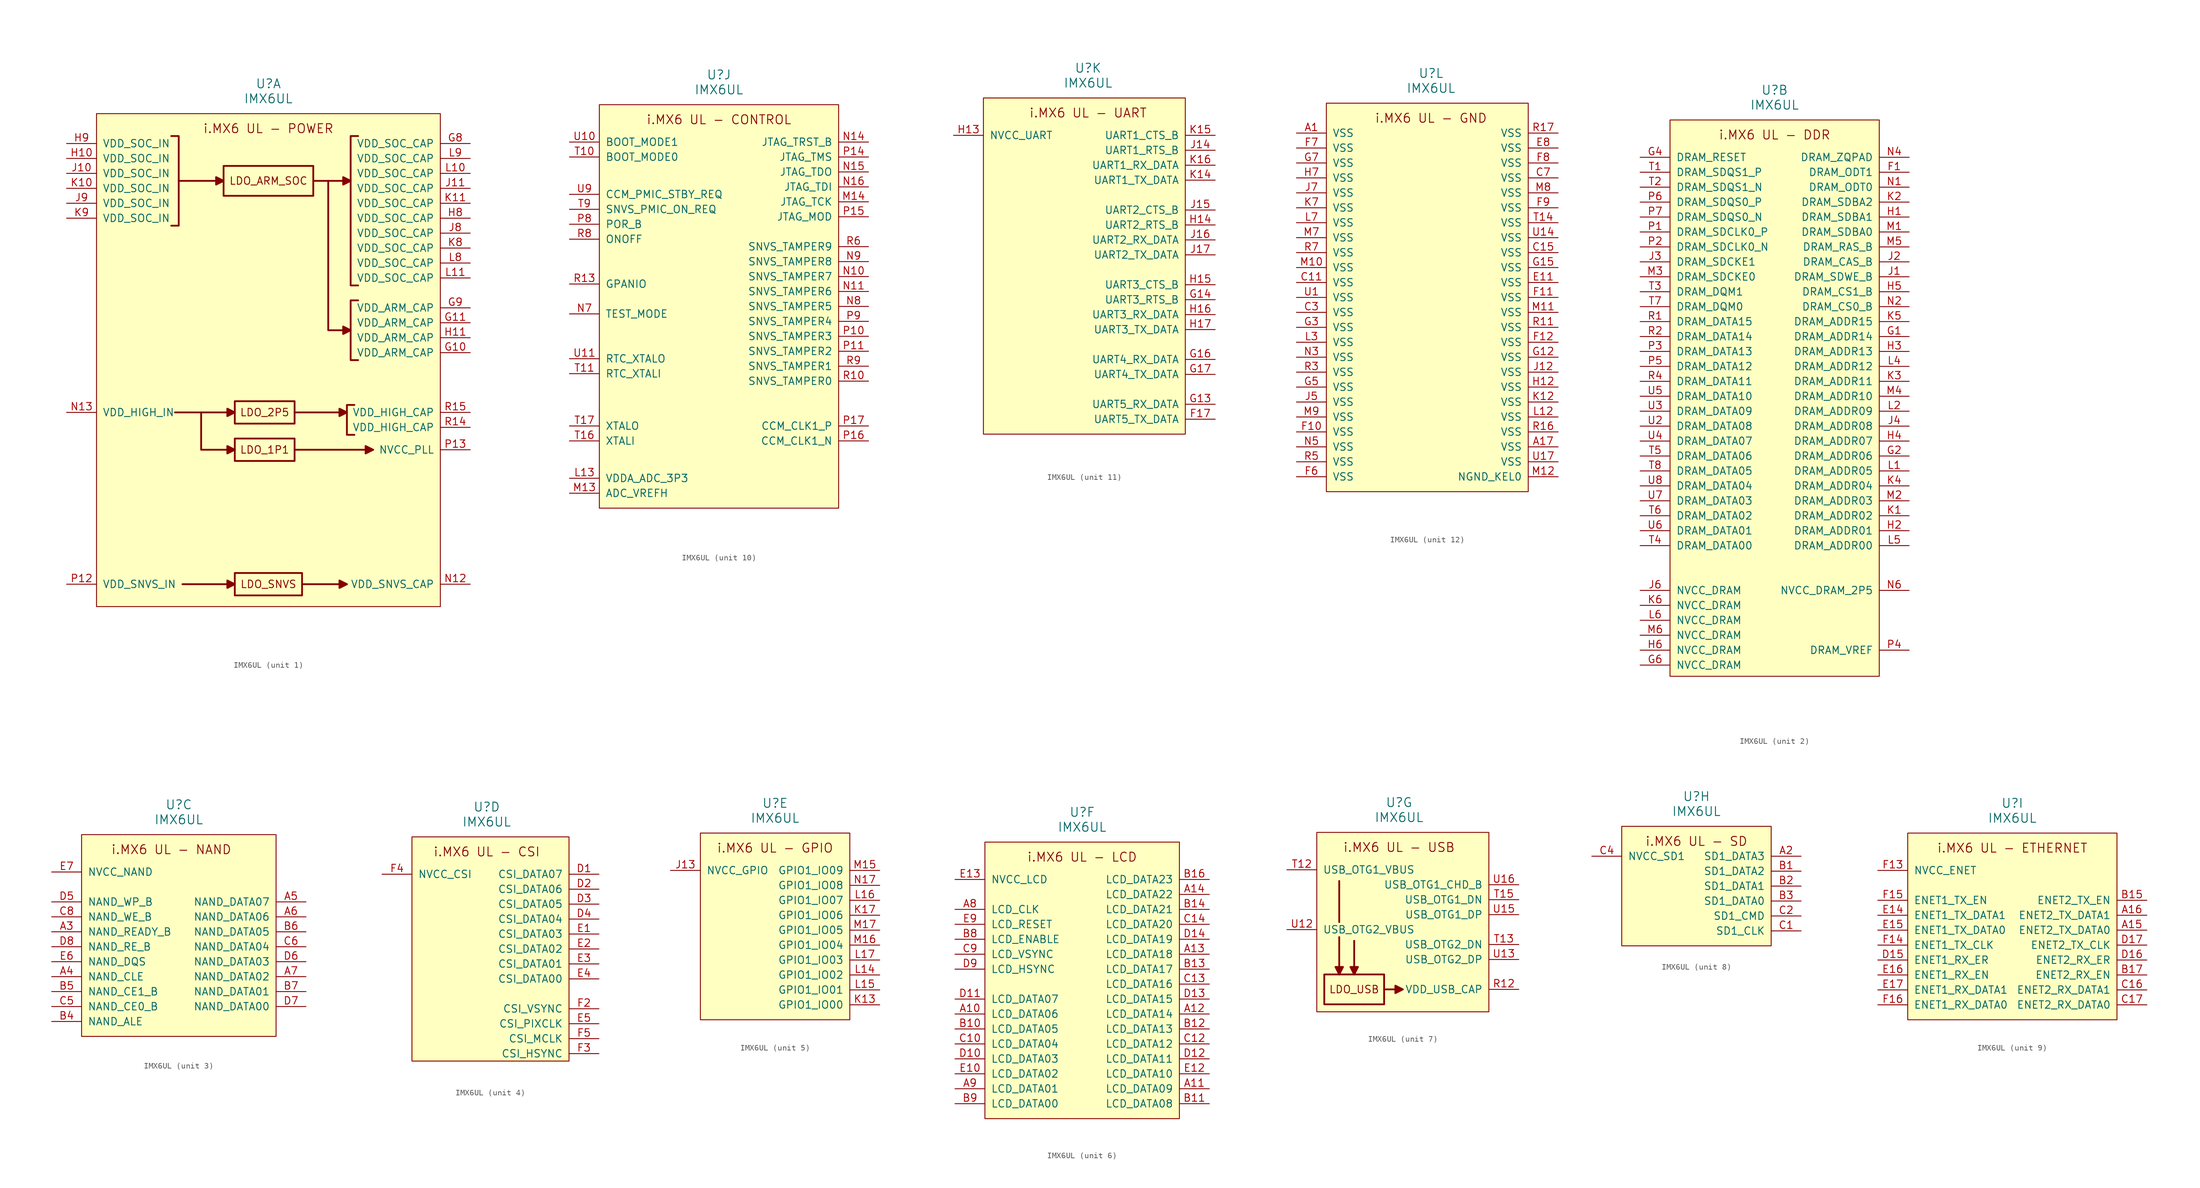
<source format=kicad_sym>
(kicad_symbol_lib
  (version 20231120)
  (generator "kicad_symbol_editor")
  (generator_version "8.0")
  (symbol "IMX6UL"
    (pin_names
      (offset 1.016))
    (property "Reference" "U"
      (at 0 5.08 0)
      (effects (font (size 1.524 1.524))))
    (property "Value" "IMX6UL"
      (at 0 2.54 0)
      (effects (font (size 1.524 1.524))))
    (property "ki_locked" ""
      (at 0 0 0)
      (effects (font (size 1.27 1.27))))
    (symbol "IMX6UL_1_0"
      (rectangle (start -29.21 0) (end 29.21 -83.82) (stroke (width 0) (type solid)) (fill (type background)))
      (rectangle (start -7.62 -8.89) (end 7.62 -13.97) (stroke (width 0.305) (type solid)) (fill (type none)))
      (rectangle (start -5.715 -78.105) (end 5.715 -81.915) (stroke (width 0.305) (type solid)) (fill (type none)))
      (rectangle (start -5.715 -55.245) (end 4.445 -59.055) (stroke (width 0.305) (type solid)) (fill (type none)))
      (rectangle (start -5.715 -48.895) (end 4.445 -52.705) (stroke (width 0.305) (type solid)) (fill (type none)))
      (polyline (pts (xy -14.605 -80.01) (xy -5.715 -80.01)) (stroke (width 0.305) (type solid)) (fill (type none)))
      (polyline (pts (xy -7.62 -11.43) (xy -15.24 -11.43)) (stroke (width 0.305) (type solid)) (fill (type none)))
      (polyline (pts (xy -5.715 -50.8) (xy -15.875 -50.8)) (stroke (width 0.305) (type solid)) (fill (type none)))
      (polyline (pts (xy 4.445 -57.15) (xy 17.78 -57.15)) (stroke (width 0.305) (type solid)) (fill (type none)))
      (polyline (pts (xy 4.445 -50.8) (xy 13.335 -50.8)) (stroke (width 0.305) (type solid)) (fill (type none)))
      (polyline (pts (xy 5.715 -80.01) (xy 13.335 -80.01)) (stroke (width 0.305) (type solid)) (fill (type none)))
      (polyline (pts (xy 7.62 -11.43) (xy 12.7 -11.43)) (stroke (width 0.305) (type solid)) (fill (type none)))
      (polyline (pts (xy -11.43 -50.8) (xy -11.43 -57.15) (xy -5.715 -57.15)) (stroke (width 0.305) (type solid)) (fill (type none)))
      (polyline (pts (xy 10.16 -11.43) (xy 10.16 -36.83) (xy 12.7 -36.83)) (stroke (width 0.305) (type solid)) (fill (type none)))
      (polyline (pts (xy -16.51 -3.81) (xy -15.24 -3.81) (xy -15.24 -19.05) (xy -16.51 -19.05)) (stroke (width 0.305) (type solid)) (fill (type none)))
      (polyline (pts (xy -7.62 -11.43) (xy -8.89 -12.065) (xy -8.89 -10.795) (xy -7.62 -11.43)) (stroke (width 0.305) (type solid)) (fill (type outline)))
      (polyline (pts (xy -6.985 -56.515) (xy -6.985 -57.785) (xy -5.715 -57.15) (xy -6.985 -56.515)) (stroke (width 0.305) (type solid)) (fill (type outline)))
      (polyline (pts (xy -5.715 -80.01) (xy -6.985 -80.645) (xy -6.985 -79.375) (xy -5.715 -80.01)) (stroke (width 0.305) (type solid)) (fill (type outline)))
      (polyline (pts (xy -5.715 -50.8) (xy -6.985 -50.165) (xy -6.985 -51.435) (xy -5.715 -50.8)) (stroke (width 0.305) (type solid)) (fill (type outline)))
      (polyline (pts (xy 13.335 -80.01) (xy 12.065 -79.375) (xy 12.065 -80.645) (xy 13.335 -80.01)) (stroke (width 0.305) (type solid)) (fill (type outline)))
      (polyline (pts (xy 13.335 -50.8) (xy 12.065 -51.435) (xy 12.065 -50.165) (xy 13.335 -50.8)) (stroke (width 0.305) (type solid)) (fill (type outline)))
      (polyline (pts (xy 13.97 -36.83) (xy 12.7 -37.465) (xy 12.7 -36.195) (xy 13.97 -36.83)) (stroke (width 0.305) (type solid)) (fill (type outline)))
      (polyline (pts (xy 13.97 -11.43) (xy 12.7 -12.065) (xy 12.7 -10.795) (xy 13.97 -11.43)) (stroke (width 0.305) (type solid)) (fill (type outline)))
      (polyline (pts (xy 15.24 -31.75) (xy 13.97 -31.75) (xy 13.97 -41.91) (xy 15.24 -41.91)) (stroke (width 0.305) (type solid)) (fill (type none)))
      (polyline (pts (xy 15.24 -3.81) (xy 13.97 -3.81) (xy 13.97 -29.21) (xy 15.24 -29.21)) (stroke (width 0.305) (type solid)) (fill (type none)))
      (polyline (pts (xy 17.78 -57.15) (xy 16.51 -56.515) (xy 16.51 -57.785) (xy 17.78 -57.15)) (stroke (width 0.305) (type solid)) (fill (type outline)))
      (polyline (pts (xy 14.605 -49.53) (xy 13.335 -49.53) (xy 13.335 -53.975) (xy 13.335 -54.61) (xy 14.605 -54.61)) (stroke (width 0.305) (type solid)) (fill (type none)))
      (text "i.MX6 UL - POWER" (at 0 -2.54 0) (effects (font (size 1.524 1.524)))))
    (symbol "IMX6UL_1_1"
      (text "LDO_1P1" (at -0.635 -57.15 0) (effects (font (size 1.27 1.27))))
      (text "LDO_2P5" (at -0.635 -50.8 0) (effects (font (size 1.27 1.27))))
      (text "LDO_ARM_SOC" (at 0 -11.43 0) (effects (font (size 1.27 1.27))))
      (text "LDO_SNVS" (at 0 -80.01 0) (effects (font (size 1.27 1.27))))
      (pin power_out line (at 34.29 -40.64 180) (length 5.08) (name "VDD_ARM_CAP" (effects (font (size 1.27 1.27)))) (number "G10" (effects (font (size 1.27 1.27)))))
      (pin power_out line (at 34.29 -35.56 180) (length 5.08) (name "VDD_ARM_CAP" (effects (font (size 1.27 1.27)))) (number "G11" (effects (font (size 1.27 1.27)))))
      (pin power_out line (at 34.29 -5.08 180) (length 5.08) (name "VDD_SOC_CAP" (effects (font (size 1.27 1.27)))) (number "G8" (effects (font (size 1.27 1.27)))))
      (pin power_out line (at 34.29 -33.02 180) (length 5.08) (name "VDD_ARM_CAP" (effects (font (size 1.27 1.27)))) (number "G9" (effects (font (size 1.27 1.27)))))
      (pin power_in line (at -34.29 -7.62 0) (length 5.08) (name "VDD_SOC_IN" (effects (font (size 1.27 1.27)))) (number "H10" (effects (font (size 1.27 1.27)))))
      (pin power_out line (at 34.29 -38.1 180) (length 5.08) (name "VDD_ARM_CAP" (effects (font (size 1.27 1.27)))) (number "H11" (effects (font (size 1.27 1.27)))))
      (pin power_out line (at 34.29 -17.78 180) (length 5.08) (name "VDD_SOC_CAP" (effects (font (size 1.27 1.27)))) (number "H8" (effects (font (size 1.27 1.27)))))
      (pin power_in line (at -34.29 -5.08 0) (length 5.08) (name "VDD_SOC_IN" (effects (font (size 1.27 1.27)))) (number "H9" (effects (font (size 1.27 1.27)))))
      (pin power_in line (at -34.29 -10.16 0) (length 5.08) (name "VDD_SOC_IN" (effects (font (size 1.27 1.27)))) (number "J10" (effects (font (size 1.27 1.27)))))
      (pin power_out line (at 34.29 -12.7 180) (length 5.08) (name "VDD_SOC_CAP" (effects (font (size 1.27 1.27)))) (number "J11" (effects (font (size 1.27 1.27)))))
      (pin power_out line (at 34.29 -20.32 180) (length 5.08) (name "VDD_SOC_CAP" (effects (font (size 1.27 1.27)))) (number "J8" (effects (font (size 1.27 1.27)))))
      (pin power_in line (at -34.29 -15.24 0) (length 5.08) (name "VDD_SOC_IN" (effects (font (size 1.27 1.27)))) (number "J9" (effects (font (size 1.27 1.27)))))
      (pin power_in line (at -34.29 -12.7 0) (length 5.08) (name "VDD_SOC_IN" (effects (font (size 1.27 1.27)))) (number "K10" (effects (font (size 1.27 1.27)))))
      (pin power_out line (at 34.29 -15.24 180) (length 5.08) (name "VDD_SOC_CAP" (effects (font (size 1.27 1.27)))) (number "K11" (effects (font (size 1.27 1.27)))))
      (pin power_out line (at 34.29 -22.86 180) (length 5.08) (name "VDD_SOC_CAP" (effects (font (size 1.27 1.27)))) (number "K8" (effects (font (size 1.27 1.27)))))
      (pin power_in line (at -34.29 -17.78 0) (length 5.08) (name "VDD_SOC_IN" (effects (font (size 1.27 1.27)))) (number "K9" (effects (font (size 1.27 1.27)))))
      (pin power_out line (at 34.29 -10.16 180) (length 5.08) (name "VDD_SOC_CAP" (effects (font (size 1.27 1.27)))) (number "L10" (effects (font (size 1.27 1.27)))))
      (pin power_out line (at 34.29 -27.94 180) (length 5.08) (name "VDD_SOC_CAP" (effects (font (size 1.27 1.27)))) (number "L11" (effects (font (size 1.27 1.27)))))
      (pin power_out line (at 34.29 -25.4 180) (length 5.08) (name "VDD_SOC_CAP" (effects (font (size 1.27 1.27)))) (number "L8" (effects (font (size 1.27 1.27)))))
      (pin power_out line (at 34.29 -7.62 180) (length 5.08) (name "VDD_SOC_CAP" (effects (font (size 1.27 1.27)))) (number "L9" (effects (font (size 1.27 1.27)))))
      (pin power_out line (at 34.29 -80.01 180) (length 5.08) (name "VDD_SNVS_CAP" (effects (font (size 1.27 1.27)))) (number "N12" (effects (font (size 1.27 1.27)))))
      (pin power_in line (at -34.29 -50.8 0) (length 5.08) (name "VDD_HIGH_IN" (effects (font (size 1.27 1.27)))) (number "N13" (effects (font (size 1.27 1.27)))))
      (pin power_in line (at -34.29 -80.01 0) (length 5.08) (name "VDD_SNVS_IN" (effects (font (size 1.27 1.27)))) (number "P12" (effects (font (size 1.27 1.27)))))
      (pin power_out line (at 34.29 -57.15 180) (length 5.08) (name "NVCC_PLL" (effects (font (size 1.27 1.27)))) (number "P13" (effects (font (size 1.27 1.27)))))
      (pin power_out line (at 34.29 -53.34 180) (length 5.08) (name "VDD_HIGH_CAP" (effects (font (size 1.27 1.27)))) (number "R14" (effects (font (size 1.27 1.27)))))
      (pin power_out line (at 34.29 -50.8 180) (length 5.08) (name "VDD_HIGH_CAP" (effects (font (size 1.27 1.27)))) (number "R15" (effects (font (size 1.27 1.27))))))
    (symbol "IMX6UL_2_0"
      (rectangle (start -17.78 0) (end 17.78 -94.615) (stroke (width 0) (type solid)) (fill (type background)))
      (text "i.MX6 UL - DDR" (at 0 -2.54 0) (effects (font (size 1.524 1.524)))))
    (symbol "IMX6UL_2_1"
      (pin input line (at 22.86 -8.89 180) (length 5.08) (name "DRAM_ODT1" (effects (font (size 1.27 1.27)))) (number "F1" (effects (font (size 1.27 1.27)))))
      (pin input line (at 22.86 -36.83 180) (length 5.08) (name "DRAM_ADDR14" (effects (font (size 1.27 1.27)))) (number "G1" (effects (font (size 1.27 1.27)))))
      (pin input line (at 22.86 -57.15 180) (length 5.08) (name "DRAM_ADDR06" (effects (font (size 1.27 1.27)))) (number "G2" (effects (font (size 1.27 1.27)))))
      (pin input line (at -22.86 -6.35 0) (length 5.08) (name "DRAM_RESET" (effects (font (size 1.27 1.27)))) (number "G4" (effects (font (size 1.27 1.27)))))
      (pin power_in line (at -22.86 -92.71 0) (length 5.08) (name "NVCC_DRAM" (effects (font (size 1.27 1.27)))) (number "G6" (effects (font (size 1.27 1.27)))))
      (pin input line (at 22.86 -16.51 180) (length 5.08) (name "DRAM_SDBA1" (effects (font (size 1.27 1.27)))) (number "H1" (effects (font (size 1.27 1.27)))))
      (pin input line (at 22.86 -69.85 180) (length 5.08) (name "DRAM_ADDR01" (effects (font (size 1.27 1.27)))) (number "H2" (effects (font (size 1.27 1.27)))))
      (pin input line (at 22.86 -39.37 180) (length 5.08) (name "DRAM_ADDR13" (effects (font (size 1.27 1.27)))) (number "H3" (effects (font (size 1.27 1.27)))))
      (pin input line (at 22.86 -54.61 180) (length 5.08) (name "DRAM_ADDR07" (effects (font (size 1.27 1.27)))) (number "H4" (effects (font (size 1.27 1.27)))))
      (pin input line (at 22.86 -29.21 180) (length 5.08) (name "DRAM_CS1_B" (effects (font (size 1.27 1.27)))) (number "H5" (effects (font (size 1.27 1.27)))))
      (pin power_in line (at -22.86 -90.17 0) (length 5.08) (name "NVCC_DRAM" (effects (font (size 1.27 1.27)))) (number "H6" (effects (font (size 1.27 1.27)))))
      (pin input line (at 22.86 -26.67 180) (length 5.08) (name "DRAM_SDWE_B" (effects (font (size 1.27 1.27)))) (number "J1" (effects (font (size 1.27 1.27)))))
      (pin input line (at 22.86 -24.13 180) (length 5.08) (name "DRAM_CAS_B" (effects (font (size 1.27 1.27)))) (number "J2" (effects (font (size 1.27 1.27)))))
      (pin input line (at -22.86 -24.13 0) (length 5.08) (name "DRAM_SDCKE1" (effects (font (size 1.27 1.27)))) (number "J3" (effects (font (size 1.27 1.27)))))
      (pin input line (at 22.86 -52.07 180) (length 5.08) (name "DRAM_ADDR08" (effects (font (size 1.27 1.27)))) (number "J4" (effects (font (size 1.27 1.27)))))
      (pin power_in line (at -22.86 -80.01 0) (length 5.08) (name "NVCC_DRAM" (effects (font (size 1.27 1.27)))) (number "J6" (effects (font (size 1.27 1.27)))))
      (pin input line (at 22.86 -67.31 180) (length 5.08) (name "DRAM_ADDR02" (effects (font (size 1.27 1.27)))) (number "K1" (effects (font (size 1.27 1.27)))))
      (pin input line (at 22.86 -13.97 180) (length 5.08) (name "DRAM_SDBA2" (effects (font (size 1.27 1.27)))) (number "K2" (effects (font (size 1.27 1.27)))))
      (pin input line (at 22.86 -44.45 180) (length 5.08) (name "DRAM_ADDR11" (effects (font (size 1.27 1.27)))) (number "K3" (effects (font (size 1.27 1.27)))))
      (pin input line (at 22.86 -62.23 180) (length 5.08) (name "DRAM_ADDR04" (effects (font (size 1.27 1.27)))) (number "K4" (effects (font (size 1.27 1.27)))))
      (pin input line (at 22.86 -34.29 180) (length 5.08) (name "DRAM_ADDR15" (effects (font (size 1.27 1.27)))) (number "K5" (effects (font (size 1.27 1.27)))))
      (pin power_in line (at -22.86 -82.55 0) (length 5.08) (name "NVCC_DRAM" (effects (font (size 1.27 1.27)))) (number "K6" (effects (font (size 1.27 1.27)))))
      (pin input line (at 22.86 -59.69 180) (length 5.08) (name "DRAM_ADDR05" (effects (font (size 1.27 1.27)))) (number "L1" (effects (font (size 1.27 1.27)))))
      (pin input line (at 22.86 -49.53 180) (length 5.08) (name "DRAM_ADDR09" (effects (font (size 1.27 1.27)))) (number "L2" (effects (font (size 1.27 1.27)))))
      (pin input line (at 22.86 -41.91 180) (length 5.08) (name "DRAM_ADDR12" (effects (font (size 1.27 1.27)))) (number "L4" (effects (font (size 1.27 1.27)))))
      (pin input line (at 22.86 -72.39 180) (length 5.08) (name "DRAM_ADDR00" (effects (font (size 1.27 1.27)))) (number "L5" (effects (font (size 1.27 1.27)))))
      (pin power_in line (at -22.86 -85.09 0) (length 5.08) (name "NVCC_DRAM" (effects (font (size 1.27 1.27)))) (number "L6" (effects (font (size 1.27 1.27)))))
      (pin input line (at 22.86 -19.05 180) (length 5.08) (name "DRAM_SDBA0" (effects (font (size 1.27 1.27)))) (number "M1" (effects (font (size 1.27 1.27)))))
      (pin input line (at 22.86 -64.77 180) (length 5.08) (name "DRAM_ADDR03" (effects (font (size 1.27 1.27)))) (number "M2" (effects (font (size 1.27 1.27)))))
      (pin input line (at -22.86 -26.67 0) (length 5.08) (name "DRAM_SDCKE0" (effects (font (size 1.27 1.27)))) (number "M3" (effects (font (size 1.27 1.27)))))
      (pin input line (at 22.86 -46.99 180) (length 5.08) (name "DRAM_ADDR10" (effects (font (size 1.27 1.27)))) (number "M4" (effects (font (size 1.27 1.27)))))
      (pin input line (at 22.86 -21.59 180) (length 5.08) (name "DRAM_RAS_B" (effects (font (size 1.27 1.27)))) (number "M5" (effects (font (size 1.27 1.27)))))
      (pin power_in line (at -22.86 -87.63 0) (length 5.08) (name "NVCC_DRAM" (effects (font (size 1.27 1.27)))) (number "M6" (effects (font (size 1.27 1.27)))))
      (pin input line (at 22.86 -11.43 180) (length 5.08) (name "DRAM_ODT0" (effects (font (size 1.27 1.27)))) (number "N1" (effects (font (size 1.27 1.27)))))
      (pin input line (at 22.86 -31.75 180) (length 5.08) (name "DRAM_CS0_B" (effects (font (size 1.27 1.27)))) (number "N2" (effects (font (size 1.27 1.27)))))
      (pin input line (at 22.86 -6.35 180) (length 5.08) (name "DRAM_ZQPAD" (effects (font (size 1.27 1.27)))) (number "N4" (effects (font (size 1.27 1.27)))))
      (pin power_in line (at 22.86 -80.01 180) (length 5.08) (name "NVCC_DRAM_2P5" (effects (font (size 1.27 1.27)))) (number "N6" (effects (font (size 1.27 1.27)))))
      (pin input line (at -22.86 -19.05 0) (length 5.08) (name "DRAM_SDCLK0_P" (effects (font (size 1.27 1.27)))) (number "P1" (effects (font (size 1.27 1.27)))))
      (pin input line (at -22.86 -21.59 0) (length 5.08) (name "DRAM_SDCLK0_N" (effects (font (size 1.27 1.27)))) (number "P2" (effects (font (size 1.27 1.27)))))
      (pin input line (at -22.86 -39.37 0) (length 5.08) (name "DRAM_DATA13" (effects (font (size 1.27 1.27)))) (number "P3" (effects (font (size 1.27 1.27)))))
      (pin input line (at 22.86 -90.17 180) (length 5.08) (name "DRAM_VREF" (effects (font (size 1.27 1.27)))) (number "P4" (effects (font (size 1.27 1.27)))))
      (pin input line (at -22.86 -41.91 0) (length 5.08) (name "DRAM_DATA12" (effects (font (size 1.27 1.27)))) (number "P5" (effects (font (size 1.27 1.27)))))
      (pin input line (at -22.86 -13.97 0) (length 5.08) (name "DRAM_SDQS0_P" (effects (font (size 1.27 1.27)))) (number "P6" (effects (font (size 1.27 1.27)))))
      (pin input line (at -22.86 -16.51 0) (length 5.08) (name "DRAM_SDQS0_N" (effects (font (size 1.27 1.27)))) (number "P7" (effects (font (size 1.27 1.27)))))
      (pin input line (at -22.86 -34.29 0) (length 5.08) (name "DRAM_DATA15" (effects (font (size 1.27 1.27)))) (number "R1" (effects (font (size 1.27 1.27)))))
      (pin input line (at -22.86 -36.83 0) (length 5.08) (name "DRAM_DATA14" (effects (font (size 1.27 1.27)))) (number "R2" (effects (font (size 1.27 1.27)))))
      (pin input line (at -22.86 -44.45 0) (length 5.08) (name "DRAM_DATA11" (effects (font (size 1.27 1.27)))) (number "R4" (effects (font (size 1.27 1.27)))))
      (pin input line (at -22.86 -8.89 0) (length 5.08) (name "DRAM_SDQS1_P" (effects (font (size 1.27 1.27)))) (number "T1" (effects (font (size 1.27 1.27)))))
      (pin input line (at -22.86 -11.43 0) (length 5.08) (name "DRAM_SDQS1_N" (effects (font (size 1.27 1.27)))) (number "T2" (effects (font (size 1.27 1.27)))))
      (pin input line (at -22.86 -29.21 0) (length 5.08) (name "DRAM_DQM1" (effects (font (size 1.27 1.27)))) (number "T3" (effects (font (size 1.27 1.27)))))
      (pin input line (at -22.86 -72.39 0) (length 5.08) (name "DRAM_DATA00" (effects (font (size 1.27 1.27)))) (number "T4" (effects (font (size 1.27 1.27)))))
      (pin input line (at -22.86 -57.15 0) (length 5.08) (name "DRAM_DATA06" (effects (font (size 1.27 1.27)))) (number "T5" (effects (font (size 1.27 1.27)))))
      (pin input line (at -22.86 -67.31 0) (length 5.08) (name "DRAM_DATA02" (effects (font (size 1.27 1.27)))) (number "T6" (effects (font (size 1.27 1.27)))))
      (pin input line (at -22.86 -31.75 0) (length 5.08) (name "DRAM_DQM0" (effects (font (size 1.27 1.27)))) (number "T7" (effects (font (size 1.27 1.27)))))
      (pin input line (at -22.86 -59.69 0) (length 5.08) (name "DRAM_DATA05" (effects (font (size 1.27 1.27)))) (number "T8" (effects (font (size 1.27 1.27)))))
      (pin input line (at -22.86 -52.07 0) (length 5.08) (name "DRAM_DATA08" (effects (font (size 1.27 1.27)))) (number "U2" (effects (font (size 1.27 1.27)))))
      (pin input line (at -22.86 -49.53 0) (length 5.08) (name "DRAM_DATA09" (effects (font (size 1.27 1.27)))) (number "U3" (effects (font (size 1.27 1.27)))))
      (pin input line (at -22.86 -54.61 0) (length 5.08) (name "DRAM_DATA07" (effects (font (size 1.27 1.27)))) (number "U4" (effects (font (size 1.27 1.27)))))
      (pin input line (at -22.86 -46.99 0) (length 5.08) (name "DRAM_DATA10" (effects (font (size 1.27 1.27)))) (number "U5" (effects (font (size 1.27 1.27)))))
      (pin input line (at -22.86 -69.85 0) (length 5.08) (name "DRAM_DATA01" (effects (font (size 1.27 1.27)))) (number "U6" (effects (font (size 1.27 1.27)))))
      (pin input line (at -22.86 -64.77 0) (length 5.08) (name "DRAM_DATA03" (effects (font (size 1.27 1.27)))) (number "U7" (effects (font (size 1.27 1.27)))))
      (pin input line (at -22.86 -62.23 0) (length 5.08) (name "DRAM_DATA04" (effects (font (size 1.27 1.27)))) (number "U8" (effects (font (size 1.27 1.27))))))
    (symbol "IMX6UL_3_0"
      (rectangle (start -16.51 -34.29) (end 16.51 0) (stroke (width 0) (type solid)) (fill (type background)))
      (text "i.MX6 UL - NAND" (at -1.27 -2.54 0) (effects (font (size 1.524 1.524)))))
    (symbol "IMX6UL_3_1"
      (pin input line (at -21.59 -16.51 0) (length 5.08) (name "NAND_READY_B" (effects (font (size 1.27 1.27)))) (number "A3" (effects (font (size 1.27 1.27)))))
      (pin input line (at -21.59 -24.13 0) (length 5.08) (name "NAND_CLE" (effects (font (size 1.27 1.27)))) (number "A4" (effects (font (size 1.27 1.27)))))
      (pin input line (at 21.59 -11.43 180) (length 5.08) (name "NAND_DATA07" (effects (font (size 1.27 1.27)))) (number "A5" (effects (font (size 1.27 1.27)))))
      (pin input line (at 21.59 -13.97 180) (length 5.08) (name "NAND_DATA06" (effects (font (size 1.27 1.27)))) (number "A6" (effects (font (size 1.27 1.27)))))
      (pin input line (at 21.59 -24.13 180) (length 5.08) (name "NAND_DATA02" (effects (font (size 1.27 1.27)))) (number "A7" (effects (font (size 1.27 1.27)))))
      (pin input line (at -21.59 -31.75 0) (length 5.08) (name "NAND_ALE" (effects (font (size 1.27 1.27)))) (number "B4" (effects (font (size 1.27 1.27)))))
      (pin input line (at -21.59 -26.67 0) (length 5.08) (name "NAND_CE1_B" (effects (font (size 1.27 1.27)))) (number "B5" (effects (font (size 1.27 1.27)))))
      (pin input line (at 21.59 -16.51 180) (length 5.08) (name "NAND_DATA05" (effects (font (size 1.27 1.27)))) (number "B6" (effects (font (size 1.27 1.27)))))
      (pin input line (at 21.59 -26.67 180) (length 5.08) (name "NAND_DATA01" (effects (font (size 1.27 1.27)))) (number "B7" (effects (font (size 1.27 1.27)))))
      (pin input line (at -21.59 -29.21 0) (length 5.08) (name "NAND_CE0_B" (effects (font (size 1.27 1.27)))) (number "C5" (effects (font (size 1.27 1.27)))))
      (pin input line (at 21.59 -19.05 180) (length 5.08) (name "NAND_DATA04" (effects (font (size 1.27 1.27)))) (number "C6" (effects (font (size 1.27 1.27)))))
      (pin input line (at -21.59 -13.97 0) (length 5.08) (name "NAND_WE_B" (effects (font (size 1.27 1.27)))) (number "C8" (effects (font (size 1.27 1.27)))))
      (pin input line (at -21.59 -11.43 0) (length 5.08) (name "NAND_WP_B" (effects (font (size 1.27 1.27)))) (number "D5" (effects (font (size 1.27 1.27)))))
      (pin input line (at 21.59 -21.59 180) (length 5.08) (name "NAND_DATA03" (effects (font (size 1.27 1.27)))) (number "D6" (effects (font (size 1.27 1.27)))))
      (pin input line (at 21.59 -29.21 180) (length 5.08) (name "NAND_DATA00" (effects (font (size 1.27 1.27)))) (number "D7" (effects (font (size 1.27 1.27)))))
      (pin input line (at -21.59 -19.05 0) (length 5.08) (name "NAND_RE_B" (effects (font (size 1.27 1.27)))) (number "D8" (effects (font (size 1.27 1.27)))))
      (pin input line (at -21.59 -21.59 0) (length 5.08) (name "NAND_DQS" (effects (font (size 1.27 1.27)))) (number "E6" (effects (font (size 1.27 1.27)))))
      (pin power_in line (at -21.59 -6.35 0) (length 5.08) (name "NVCC_NAND" (effects (font (size 1.27 1.27)))) (number "E7" (effects (font (size 1.27 1.27))))))
    (symbol "IMX6UL_4_0"
      (rectangle (start 13.97 -38.1) (end -12.7 0) (stroke (width 0) (type solid)) (fill (type background)))
      (text "i.MX6 UL - CSI" (at 0 -2.54 0) (effects (font (size 1.524 1.524)))))
    (symbol "IMX6UL_4_1"
      (pin input line (at 19.05 -6.35 180) (length 5.08) (name "CSI_DATA07" (effects (font (size 1.27 1.27)))) (number "D1" (effects (font (size 1.27 1.27)))))
      (pin input line (at 19.05 -8.89 180) (length 5.08) (name "CSI_DATA06" (effects (font (size 1.27 1.27)))) (number "D2" (effects (font (size 1.27 1.27)))))
      (pin input line (at 19.05 -11.43 180) (length 5.08) (name "CSI_DATA05" (effects (font (size 1.27 1.27)))) (number "D3" (effects (font (size 1.27 1.27)))))
      (pin input line (at 19.05 -13.97 180) (length 5.08) (name "CSI_DATA04" (effects (font (size 1.27 1.27)))) (number "D4" (effects (font (size 1.27 1.27)))))
      (pin input line (at 19.05 -16.51 180) (length 5.08) (name "CSI_DATA03" (effects (font (size 1.27 1.27)))) (number "E1" (effects (font (size 1.27 1.27)))))
      (pin input line (at 19.05 -19.05 180) (length 5.08) (name "CSI_DATA02" (effects (font (size 1.27 1.27)))) (number "E2" (effects (font (size 1.27 1.27)))))
      (pin input line (at 19.05 -21.59 180) (length 5.08) (name "CSI_DATA01" (effects (font (size 1.27 1.27)))) (number "E3" (effects (font (size 1.27 1.27)))))
      (pin input line (at 19.05 -24.13 180) (length 5.08) (name "CSI_DATA00" (effects (font (size 1.27 1.27)))) (number "E4" (effects (font (size 1.27 1.27)))))
      (pin input line (at 19.05 -31.75 180) (length 5.08) (name "CSI_PIXCLK" (effects (font (size 1.27 1.27)))) (number "E5" (effects (font (size 1.27 1.27)))))
      (pin input line (at 19.05 -29.21 180) (length 5.08) (name "CSI_VSYNC" (effects (font (size 1.27 1.27)))) (number "F2" (effects (font (size 1.27 1.27)))))
      (pin input line (at 19.05 -36.83 180) (length 5.08) (name "CSI_HSYNC" (effects (font (size 1.27 1.27)))) (number "F3" (effects (font (size 1.27 1.27)))))
      (pin power_in line (at -17.78 -6.35 0) (length 5.08) (name "NVCC_CSI" (effects (font (size 1.27 1.27)))) (number "F4" (effects (font (size 1.27 1.27)))))
      (pin input line (at 19.05 -34.29 180) (length 5.08) (name "CSI_MCLK" (effects (font (size 1.27 1.27)))) (number "F5" (effects (font (size 1.27 1.27))))))
    (symbol "IMX6UL_5_0"
      (rectangle (start 12.7 -31.75) (end -12.7 0) (stroke (width 0) (type solid)) (fill (type background)))
      (text "i.MX6 UL - GPIO" (at 0 -2.54 0) (effects (font (size 1.524 1.524)))))
    (symbol "IMX6UL_5_1"
      (pin power_in line (at -17.78 -6.35 0) (length 5.08) (name "NVCC_GPIO" (effects (font (size 1.27 1.27)))) (number "J13" (effects (font (size 1.27 1.27)))))
      (pin input line (at 17.78 -29.21 180) (length 5.08) (name "GPIO1_IO00" (effects (font (size 1.27 1.27)))) (number "K13" (effects (font (size 1.27 1.27)))))
      (pin input line (at 17.78 -13.97 180) (length 5.08) (name "GPIO1_IO06" (effects (font (size 1.27 1.27)))) (number "K17" (effects (font (size 1.27 1.27)))))
      (pin input line (at 17.78 -24.13 180) (length 5.08) (name "GPIO1_IO02" (effects (font (size 1.27 1.27)))) (number "L14" (effects (font (size 1.27 1.27)))))
      (pin input line (at 17.78 -26.67 180) (length 5.08) (name "GPIO1_IO01" (effects (font (size 1.27 1.27)))) (number "L15" (effects (font (size 1.27 1.27)))))
      (pin input line (at 17.78 -11.43 180) (length 5.08) (name "GPIO1_IO07" (effects (font (size 1.27 1.27)))) (number "L16" (effects (font (size 1.27 1.27)))))
      (pin input line (at 17.78 -21.59 180) (length 5.08) (name "GPIO1_IO03" (effects (font (size 1.27 1.27)))) (number "L17" (effects (font (size 1.27 1.27)))))
      (pin input line (at 17.78 -6.35 180) (length 5.08) (name "GPIO1_IO09" (effects (font (size 1.27 1.27)))) (number "M15" (effects (font (size 1.27 1.27)))))
      (pin input line (at 17.78 -19.05 180) (length 5.08) (name "GPIO1_IO04" (effects (font (size 1.27 1.27)))) (number "M16" (effects (font (size 1.27 1.27)))))
      (pin input line (at 17.78 -16.51 180) (length 5.08) (name "GPIO1_IO05" (effects (font (size 1.27 1.27)))) (number "M17" (effects (font (size 1.27 1.27)))))
      (pin input line (at 17.78 -8.89 180) (length 5.08) (name "GPIO1_IO08" (effects (font (size 1.27 1.27)))) (number "N17" (effects (font (size 1.27 1.27))))))
    (symbol "IMX6UL_6_0"
      (rectangle (start 16.51 -46.99) (end -16.51 0) (stroke (width 0) (type solid)) (fill (type background)))
      (text "i.MX6 UL - LCD" (at 0 -2.54 0) (effects (font (size 1.524 1.524)))))
    (symbol "IMX6UL_6_1"
      (pin input line (at -21.59 -29.21 0) (length 5.08) (name "LCD_DATA06" (effects (font (size 1.27 1.27)))) (number "A10" (effects (font (size 1.27 1.27)))))
      (pin input line (at 21.59 -41.91 180) (length 5.08) (name "LCD_DATA09" (effects (font (size 1.27 1.27)))) (number "A11" (effects (font (size 1.27 1.27)))))
      (pin input line (at 21.59 -29.21 180) (length 5.08) (name "LCD_DATA14" (effects (font (size 1.27 1.27)))) (number "A12" (effects (font (size 1.27 1.27)))))
      (pin input line (at 21.59 -19.05 180) (length 5.08) (name "LCD_DATA18" (effects (font (size 1.27 1.27)))) (number "A13" (effects (font (size 1.27 1.27)))))
      (pin input line (at 21.59 -8.89 180) (length 5.08) (name "LCD_DATA22" (effects (font (size 1.27 1.27)))) (number "A14" (effects (font (size 1.27 1.27)))))
      (pin input line (at -21.59 -11.43 0) (length 5.08) (name "LCD_CLK" (effects (font (size 1.27 1.27)))) (number "A8" (effects (font (size 1.27 1.27)))))
      (pin input line (at -21.59 -41.91 0) (length 5.08) (name "LCD_DATA01" (effects (font (size 1.27 1.27)))) (number "A9" (effects (font (size 1.27 1.27)))))
      (pin input line (at -21.59 -31.75 0) (length 5.08) (name "LCD_DATA05" (effects (font (size 1.27 1.27)))) (number "B10" (effects (font (size 1.27 1.27)))))
      (pin input line (at 21.59 -44.45 180) (length 5.08) (name "LCD_DATA08" (effects (font (size 1.27 1.27)))) (number "B11" (effects (font (size 1.27 1.27)))))
      (pin input line (at 21.59 -31.75 180) (length 5.08) (name "LCD_DATA13" (effects (font (size 1.27 1.27)))) (number "B12" (effects (font (size 1.27 1.27)))))
      (pin input line (at 21.59 -21.59 180) (length 5.08) (name "LCD_DATA17" (effects (font (size 1.27 1.27)))) (number "B13" (effects (font (size 1.27 1.27)))))
      (pin input line (at 21.59 -11.43 180) (length 5.08) (name "LCD_DATA21" (effects (font (size 1.27 1.27)))) (number "B14" (effects (font (size 1.27 1.27)))))
      (pin input line (at 21.59 -6.35 180) (length 5.08) (name "LCD_DATA23" (effects (font (size 1.27 1.27)))) (number "B16" (effects (font (size 1.27 1.27)))))
      (pin input line (at -21.59 -16.51 0) (length 5.08) (name "LCD_ENABLE" (effects (font (size 1.27 1.27)))) (number "B8" (effects (font (size 1.27 1.27)))))
      (pin input line (at -21.59 -44.45 0) (length 5.08) (name "LCD_DATA00" (effects (font (size 1.27 1.27)))) (number "B9" (effects (font (size 1.27 1.27)))))
      (pin input line (at -21.59 -34.29 0) (length 5.08) (name "LCD_DATA04" (effects (font (size 1.27 1.27)))) (number "C10" (effects (font (size 1.27 1.27)))))
      (pin input line (at 21.59 -34.29 180) (length 5.08) (name "LCD_DATA12" (effects (font (size 1.27 1.27)))) (number "C12" (effects (font (size 1.27 1.27)))))
      (pin input line (at 21.59 -24.13 180) (length 5.08) (name "LCD_DATA16" (effects (font (size 1.27 1.27)))) (number "C13" (effects (font (size 1.27 1.27)))))
      (pin input line (at 21.59 -13.97 180) (length 5.08) (name "LCD_DATA20" (effects (font (size 1.27 1.27)))) (number "C14" (effects (font (size 1.27 1.27)))))
      (pin input line (at -21.59 -19.05 0) (length 5.08) (name "LCD_VSYNC" (effects (font (size 1.27 1.27)))) (number "C9" (effects (font (size 1.27 1.27)))))
      (pin input line (at -21.59 -36.83 0) (length 5.08) (name "LCD_DATA03" (effects (font (size 1.27 1.27)))) (number "D10" (effects (font (size 1.27 1.27)))))
      (pin input line (at -21.59 -26.67 0) (length 5.08) (name "LCD_DATA07" (effects (font (size 1.27 1.27)))) (number "D11" (effects (font (size 1.27 1.27)))))
      (pin input line (at 21.59 -36.83 180) (length 5.08) (name "LCD_DATA11" (effects (font (size 1.27 1.27)))) (number "D12" (effects (font (size 1.27 1.27)))))
      (pin input line (at 21.59 -26.67 180) (length 5.08) (name "LCD_DATA15" (effects (font (size 1.27 1.27)))) (number "D13" (effects (font (size 1.27 1.27)))))
      (pin input line (at 21.59 -16.51 180) (length 5.08) (name "LCD_DATA19" (effects (font (size 1.27 1.27)))) (number "D14" (effects (font (size 1.27 1.27)))))
      (pin input line (at -21.59 -21.59 0) (length 5.08) (name "LCD_HSYNC" (effects (font (size 1.27 1.27)))) (number "D9" (effects (font (size 1.27 1.27)))))
      (pin input line (at -21.59 -39.37 0) (length 5.08) (name "LCD_DATA02" (effects (font (size 1.27 1.27)))) (number "E10" (effects (font (size 1.27 1.27)))))
      (pin input line (at 21.59 -39.37 180) (length 5.08) (name "LCD_DATA10" (effects (font (size 1.27 1.27)))) (number "E12" (effects (font (size 1.27 1.27)))))
      (pin power_in line (at -21.59 -6.35 0) (length 5.08) (name "NVCC_LCD" (effects (font (size 1.27 1.27)))) (number "E13" (effects (font (size 1.27 1.27)))))
      (pin input line (at -21.59 -13.97 0) (length 5.08) (name "LCD_RESET" (effects (font (size 1.27 1.27)))) (number "E9" (effects (font (size 1.27 1.27))))))
    (symbol "IMX6UL_7_0"
      (rectangle (start -12.7 -24.13) (end -2.54 -29.21) (stroke (width 0.305) (type solid)) (fill (type none)))
      (rectangle (start 15.24 0) (end -13.97 -30.48) (stroke (width 0) (type solid)) (fill (type background)))
      (text "i.MX6 UL - USB" (at 0 -2.54 0) (effects (font (size 1.524 1.524)))))
    (symbol "IMX6UL_7_1"
      (polyline (pts (xy -10.16 -17.78) (xy -10.16 -24.13)) (stroke (width 0.305) (type solid)) (fill (type none)))
      (polyline (pts (xy -10.16 -8.255) (xy -10.16 -15.24)) (stroke (width 0.305) (type solid)) (fill (type none)))
      (polyline (pts (xy -7.62 -18.415) (xy -7.62 -24.13)) (stroke (width 0.305) (type solid)) (fill (type none)))
      (polyline (pts (xy -2.54 -26.67) (xy 0 -26.67)) (stroke (width 0.305) (type solid)) (fill (type none)))
      (polyline (pts (xy -10.16 -24.13) (xy -9.525 -22.86) (xy -10.795 -22.86) (xy -10.16 -24.13)) (stroke (width 0.305) (type solid)) (fill (type outline)))
      (polyline (pts (xy -7.62 -24.13) (xy -6.985 -22.86) (xy -8.255 -22.86) (xy -7.62 -24.13)) (stroke (width 0.305) (type solid)) (fill (type outline)))
      (polyline (pts (xy 0.635 -26.67) (xy -0.635 -27.305) (xy -0.635 -26.035) (xy 0.635 -26.67)) (stroke (width 0.305) (type solid)) (fill (type outline)))
      (text "LDO_USB" (at -7.62 -26.67 0) (effects (font (size 1.27 1.27))))
      (pin power_out line (at 20.32 -26.67 180) (length 5.08) (name "VDD_USB_CAP" (effects (font (size 1.27 1.27)))) (number "R12" (effects (font (size 1.27 1.27)))))
      (pin power_in line (at -19.05 -6.35 0) (length 5.08) (name "USB_OTG1_VBUS" (effects (font (size 1.27 1.27)))) (number "T12" (effects (font (size 1.27 1.27)))))
      (pin input line (at 20.32 -19.05 180) (length 5.08) (name "USB_OTG2_DN" (effects (font (size 1.27 1.27)))) (number "T13" (effects (font (size 1.27 1.27)))))
      (pin input line (at 20.32 -11.43 180) (length 5.08) (name "USB_OTG1_DN" (effects (font (size 1.27 1.27)))) (number "T15" (effects (font (size 1.27 1.27)))))
      (pin power_in line (at -19.05 -16.51 0) (length 5.08) (name "USB_OTG2_VBUS" (effects (font (size 1.27 1.27)))) (number "U12" (effects (font (size 1.27 1.27)))))
      (pin input line (at 20.32 -21.59 180) (length 5.08) (name "USB_OTG2_DP" (effects (font (size 1.27 1.27)))) (number "U13" (effects (font (size 1.27 1.27)))))
      (pin input line (at 20.32 -13.97 180) (length 5.08) (name "USB_OTG1_DP" (effects (font (size 1.27 1.27)))) (number "U15" (effects (font (size 1.27 1.27)))))
      (pin input line (at 20.32 -8.89 180) (length 5.08) (name "USB_OTG1_CHD_B" (effects (font (size 1.27 1.27)))) (number "U16" (effects (font (size 1.27 1.27))))))
    (symbol "IMX6UL_8_0"
      (rectangle (start 12.7 -20.32) (end -12.7 0) (stroke (width 0) (type solid)) (fill (type background)))
      (text "i.MX6 UL - SD" (at 0 -2.54 0) (effects (font (size 1.524 1.524)))))
    (symbol "IMX6UL_8_1"
      (pin input line (at 17.78 -5.08 180) (length 5.08) (name "SD1_DATA3" (effects (font (size 1.27 1.27)))) (number "A2" (effects (font (size 1.27 1.27)))))
      (pin input line (at 17.78 -7.62 180) (length 5.08) (name "SD1_DATA2" (effects (font (size 1.27 1.27)))) (number "B1" (effects (font (size 1.27 1.27)))))
      (pin input line (at 17.78 -10.16 180) (length 5.08) (name "SD1_DATA1" (effects (font (size 1.27 1.27)))) (number "B2" (effects (font (size 1.27 1.27)))))
      (pin input line (at 17.78 -12.7 180) (length 5.08) (name "SD1_DATA0" (effects (font (size 1.27 1.27)))) (number "B3" (effects (font (size 1.27 1.27)))))
      (pin input line (at 17.78 -17.78 180) (length 5.08) (name "SD1_CLK" (effects (font (size 1.27 1.27)))) (number "C1" (effects (font (size 1.27 1.27)))))
      (pin input line (at 17.78 -15.24 180) (length 5.08) (name "SD1_CMD" (effects (font (size 1.27 1.27)))) (number "C2" (effects (font (size 1.27 1.27)))))
      (pin power_in line (at -17.78 -5.08 0) (length 5.08) (name "NVCC_SD1" (effects (font (size 1.27 1.27)))) (number "C4" (effects (font (size 1.27 1.27))))))
    (symbol "IMX6UL_9_0"
      (rectangle (start -17.78 -31.75) (end 17.78 0) (stroke (width 0) (type solid)) (fill (type background)))
      (text "i.MX6 UL - ETHERNET" (at 0 -2.54 0) (effects (font (size 1.524 1.524)))))
    (symbol "IMX6UL_9_1"
      (pin input line (at 22.86 -16.51 180) (length 5.08) (name "ENET2_TX_DATA0" (effects (font (size 1.27 1.27)))) (number "A15" (effects (font (size 1.27 1.27)))))
      (pin input line (at 22.86 -13.97 180) (length 5.08) (name "ENET2_TX_DATA1" (effects (font (size 1.27 1.27)))) (number "A16" (effects (font (size 1.27 1.27)))))
      (pin input line (at 22.86 -11.43 180) (length 5.08) (name "ENET2_TX_EN" (effects (font (size 1.27 1.27)))) (number "B15" (effects (font (size 1.27 1.27)))))
      (pin input line (at 22.86 -24.13 180) (length 5.08) (name "ENET2_RX_EN" (effects (font (size 1.27 1.27)))) (number "B17" (effects (font (size 1.27 1.27)))))
      (pin input line (at 22.86 -26.67 180) (length 5.08) (name "ENET2_RX_DATA1" (effects (font (size 1.27 1.27)))) (number "C16" (effects (font (size 1.27 1.27)))))
      (pin input line (at 22.86 -29.21 180) (length 5.08) (name "ENET2_RX_DATA0" (effects (font (size 1.27 1.27)))) (number "C17" (effects (font (size 1.27 1.27)))))
      (pin input line (at -22.86 -21.59 0) (length 5.08) (name "ENET1_RX_ER" (effects (font (size 1.27 1.27)))) (number "D15" (effects (font (size 1.27 1.27)))))
      (pin input line (at 22.86 -21.59 180) (length 5.08) (name "ENET2_RX_ER" (effects (font (size 1.27 1.27)))) (number "D16" (effects (font (size 1.27 1.27)))))
      (pin input line (at 22.86 -19.05 180) (length 5.08) (name "ENET2_TX_CLK" (effects (font (size 1.27 1.27)))) (number "D17" (effects (font (size 1.27 1.27)))))
      (pin input line (at -22.86 -13.97 0) (length 5.08) (name "ENET1_TX_DATA1" (effects (font (size 1.27 1.27)))) (number "E14" (effects (font (size 1.27 1.27)))))
      (pin input line (at -22.86 -16.51 0) (length 5.08) (name "ENET1_TX_DATA0" (effects (font (size 1.27 1.27)))) (number "E15" (effects (font (size 1.27 1.27)))))
      (pin input line (at -22.86 -24.13 0) (length 5.08) (name "ENET1_RX_EN" (effects (font (size 1.27 1.27)))) (number "E16" (effects (font (size 1.27 1.27)))))
      (pin input line (at -22.86 -26.67 0) (length 5.08) (name "ENET1_RX_DATA1" (effects (font (size 1.27 1.27)))) (number "E17" (effects (font (size 1.27 1.27)))))
      (pin power_in line (at -22.86 -6.35 0) (length 5.08) (name "NVCC_ENET" (effects (font (size 1.27 1.27)))) (number "F13" (effects (font (size 1.27 1.27)))))
      (pin input line (at -22.86 -19.05 0) (length 5.08) (name "ENET1_TX_CLK" (effects (font (size 1.27 1.27)))) (number "F14" (effects (font (size 1.27 1.27)))))
      (pin input line (at -22.86 -11.43 0) (length 5.08) (name "ENET1_TX_EN" (effects (font (size 1.27 1.27)))) (number "F15" (effects (font (size 1.27 1.27)))))
      (pin input line (at -22.86 -29.21 0) (length 5.08) (name "ENET1_RX_DATA0" (effects (font (size 1.27 1.27)))) (number "F16" (effects (font (size 1.27 1.27))))))
    (symbol "IMX6UL_10_0"
      (rectangle (start -20.32 0) (end 20.32 -68.58) (stroke (width 0) (type solid)) (fill (type background)))
      (text "i.MX6 UL - CONTROL" (at 0 -2.54 0) (effects (font (size 1.524 1.524)))))
    (symbol "IMX6UL_10_1"
      (pin power_in line (at -25.4 -63.5 0) (length 5.08) (name "VDDA_ADC_3P3" (effects (font (size 1.27 1.27)))) (number "L13" (effects (font (size 1.27 1.27)))))
      (pin power_in line (at -25.4 -66.04 0) (length 5.08) (name "ADC_VREFH" (effects (font (size 1.27 1.27)))) (number "M13" (effects (font (size 1.27 1.27)))))
      (pin input line (at 25.4 -16.51 180) (length 5.08) (name "JTAG_TCK" (effects (font (size 1.27 1.27)))) (number "M14" (effects (font (size 1.27 1.27)))))
      (pin input line (at 25.4 -29.21 180) (length 5.08) (name "SNVS_TAMPER7" (effects (font (size 1.27 1.27)))) (number "N10" (effects (font (size 1.27 1.27)))))
      (pin input line (at 25.4 -31.75 180) (length 5.08) (name "SNVS_TAMPER6" (effects (font (size 1.27 1.27)))) (number "N11" (effects (font (size 1.27 1.27)))))
      (pin input line (at 25.4 -6.35 180) (length 5.08) (name "JTAG_TRST_B" (effects (font (size 1.27 1.27)))) (number "N14" (effects (font (size 1.27 1.27)))))
      (pin input line (at 25.4 -11.43 180) (length 5.08) (name "JTAG_TDO" (effects (font (size 1.27 1.27)))) (number "N15" (effects (font (size 1.27 1.27)))))
      (pin input line (at 25.4 -13.97 180) (length 5.08) (name "JTAG_TDI" (effects (font (size 1.27 1.27)))) (number "N16" (effects (font (size 1.27 1.27)))))
      (pin input line (at -25.4 -35.56 0) (length 5.08) (name "TEST_MODE" (effects (font (size 1.27 1.27)))) (number "N7" (effects (font (size 1.27 1.27)))))
      (pin input line (at 25.4 -34.29 180) (length 5.08) (name "SNVS_TAMPER5" (effects (font (size 1.27 1.27)))) (number "N8" (effects (font (size 1.27 1.27)))))
      (pin input line (at 25.4 -26.67 180) (length 5.08) (name "SNVS_TAMPER8" (effects (font (size 1.27 1.27)))) (number "N9" (effects (font (size 1.27 1.27)))))
      (pin input line (at 25.4 -39.37 180) (length 5.08) (name "SNVS_TAMPER3" (effects (font (size 1.27 1.27)))) (number "P10" (effects (font (size 1.27 1.27)))))
      (pin input line (at 25.4 -41.91 180) (length 5.08) (name "SNVS_TAMPER2" (effects (font (size 1.27 1.27)))) (number "P11" (effects (font (size 1.27 1.27)))))
      (pin input line (at 25.4 -8.89 180) (length 5.08) (name "JTAG_TMS" (effects (font (size 1.27 1.27)))) (number "P14" (effects (font (size 1.27 1.27)))))
      (pin input line (at 25.4 -19.05 180) (length 5.08) (name "JTAG_MOD" (effects (font (size 1.27 1.27)))) (number "P15" (effects (font (size 1.27 1.27)))))
      (pin bidirectional line (at 25.4 -57.15 180) (length 5.08) (name "CCM_CLK1_N" (effects (font (size 1.27 1.27)))) (number "P16" (effects (font (size 1.27 1.27)))))
      (pin bidirectional line (at 25.4 -54.61 180) (length 5.08) (name "CCM_CLK1_P" (effects (font (size 1.27 1.27)))) (number "P17" (effects (font (size 1.27 1.27)))))
      (pin input line (at -25.4 -20.32 0) (length 5.08) (name "POR_B" (effects (font (size 1.27 1.27)))) (number "P8" (effects (font (size 1.27 1.27)))))
      (pin input line (at 25.4 -36.83 180) (length 5.08) (name "SNVS_TAMPER4" (effects (font (size 1.27 1.27)))) (number "P9" (effects (font (size 1.27 1.27)))))
      (pin input line (at 25.4 -46.99 180) (length 5.08) (name "SNVS_TAMPER0" (effects (font (size 1.27 1.27)))) (number "R10" (effects (font (size 1.27 1.27)))))
      (pin input line (at -25.4 -30.48 0) (length 5.08) (name "GPANIO" (effects (font (size 1.27 1.27)))) (number "R13" (effects (font (size 1.27 1.27)))))
      (pin input line (at 25.4 -24.13 180) (length 5.08) (name "SNVS_TAMPER9" (effects (font (size 1.27 1.27)))) (number "R6" (effects (font (size 1.27 1.27)))))
      (pin input line (at -25.4 -22.86 0) (length 5.08) (name "ONOFF" (effects (font (size 1.27 1.27)))) (number "R8" (effects (font (size 1.27 1.27)))))
      (pin input line (at 25.4 -44.45 180) (length 5.08) (name "SNVS_TAMPER1" (effects (font (size 1.27 1.27)))) (number "R9" (effects (font (size 1.27 1.27)))))
      (pin input line (at -25.4 -8.89 0) (length 5.08) (name "BOOT_MODE0" (effects (font (size 1.27 1.27)))) (number "T10" (effects (font (size 1.27 1.27)))))
      (pin input line (at -25.4 -45.72 0) (length 5.08) (name "RTC_XTALI" (effects (font (size 1.27 1.27)))) (number "T11" (effects (font (size 1.27 1.27)))))
      (pin input line (at -25.4 -57.15 0) (length 5.08) (name "XTALI" (effects (font (size 1.27 1.27)))) (number "T16" (effects (font (size 1.27 1.27)))))
      (pin input line (at -25.4 -54.61 0) (length 5.08) (name "XTALO" (effects (font (size 1.27 1.27)))) (number "T17" (effects (font (size 1.27 1.27)))))
      (pin input line (at -25.4 -17.78 0) (length 5.08) (name "SNVS_PMIC_ON_REQ" (effects (font (size 1.27 1.27)))) (number "T9" (effects (font (size 1.27 1.27)))))
      (pin input line (at -25.4 -6.35 0) (length 5.08) (name "BOOT_MODE1" (effects (font (size 1.27 1.27)))) (number "U10" (effects (font (size 1.27 1.27)))))
      (pin input line (at -25.4 -43.18 0) (length 5.08) (name "RTC_XTALO" (effects (font (size 1.27 1.27)))) (number "U11" (effects (font (size 1.27 1.27)))))
      (pin input line (at -25.4 -15.24 0) (length 5.08) (name "CCM_PMIC_STBY_REQ" (effects (font (size 1.27 1.27)))) (number "U9" (effects (font (size 1.27 1.27))))))
    (symbol "IMX6UL_11_0"
      (rectangle (start -17.78 0) (end 16.51 -57.15) (stroke (width 0) (type solid)) (fill (type background)))
      (text "i.MX6 UL - UART" (at 0 -2.54 0) (effects (font (size 1.524 1.524)))))
    (symbol "IMX6UL_11_1"
      (pin input line (at 21.59 -54.61 180) (length 5.08) (name "UART5_TX_DATA" (effects (font (size 1.27 1.27)))) (number "F17" (effects (font (size 1.27 1.27)))))
      (pin input line (at 21.59 -52.07 180) (length 5.08) (name "UART5_RX_DATA" (effects (font (size 1.27 1.27)))) (number "G13" (effects (font (size 1.27 1.27)))))
      (pin input line (at 21.59 -34.29 180) (length 5.08) (name "UART3_RTS_B" (effects (font (size 1.27 1.27)))) (number "G14" (effects (font (size 1.27 1.27)))))
      (pin input line (at 21.59 -44.45 180) (length 5.08) (name "UART4_RX_DATA" (effects (font (size 1.27 1.27)))) (number "G16" (effects (font (size 1.27 1.27)))))
      (pin input line (at 21.59 -46.99 180) (length 5.08) (name "UART4_TX_DATA" (effects (font (size 1.27 1.27)))) (number "G17" (effects (font (size 1.27 1.27)))))
      (pin power_in line (at -22.86 -6.35 0) (length 5.08) (name "NVCC_UART" (effects (font (size 1.27 1.27)))) (number "H13" (effects (font (size 1.27 1.27)))))
      (pin input line (at 21.59 -21.59 180) (length 5.08) (name "UART2_RTS_B" (effects (font (size 1.27 1.27)))) (number "H14" (effects (font (size 1.27 1.27)))))
      (pin input line (at 21.59 -31.75 180) (length 5.08) (name "UART3_CTS_B" (effects (font (size 1.27 1.27)))) (number "H15" (effects (font (size 1.27 1.27)))))
      (pin input line (at 21.59 -36.83 180) (length 5.08) (name "UART3_RX_DATA" (effects (font (size 1.27 1.27)))) (number "H16" (effects (font (size 1.27 1.27)))))
      (pin input line (at 21.59 -39.37 180) (length 5.08) (name "UART3_TX_DATA" (effects (font (size 1.27 1.27)))) (number "H17" (effects (font (size 1.27 1.27)))))
      (pin input line (at 21.59 -8.89 180) (length 5.08) (name "UART1_RTS_B" (effects (font (size 1.27 1.27)))) (number "J14" (effects (font (size 1.27 1.27)))))
      (pin input line (at 21.59 -19.05 180) (length 5.08) (name "UART2_CTS_B" (effects (font (size 1.27 1.27)))) (number "J15" (effects (font (size 1.27 1.27)))))
      (pin input line (at 21.59 -24.13 180) (length 5.08) (name "UART2_RX_DATA" (effects (font (size 1.27 1.27)))) (number "J16" (effects (font (size 1.27 1.27)))))
      (pin input line (at 21.59 -26.67 180) (length 5.08) (name "UART2_TX_DATA" (effects (font (size 1.27 1.27)))) (number "J17" (effects (font (size 1.27 1.27)))))
      (pin input line (at 21.59 -13.97 180) (length 5.08) (name "UART1_TX_DATA" (effects (font (size 1.27 1.27)))) (number "K14" (effects (font (size 1.27 1.27)))))
      (pin input line (at 21.59 -6.35 180) (length 5.08) (name "UART1_CTS_B" (effects (font (size 1.27 1.27)))) (number "K15" (effects (font (size 1.27 1.27)))))
      (pin input line (at 21.59 -11.43 180) (length 5.08) (name "UART1_RX_DATA" (effects (font (size 1.27 1.27)))) (number "K16" (effects (font (size 1.27 1.27))))))
    (symbol "IMX6UL_12_0"
      (rectangle (start -17.78 0) (end 16.51 -66.04) (stroke (width 0) (type solid)) (fill (type background)))
      (text "i.MX6 UL - GND" (at 0 -2.54 0) (effects (font (size 1.524 1.524)))))
    (symbol "IMX6UL_12_1"
      (pin power_in line (at -22.86 -5.08 0) (length 5.08) (name "VSS" (effects (font (size 1.27 1.27)))) (number "A1" (effects (font (size 1.27 1.27)))))
      (pin power_in line (at 21.59 -58.42 180) (length 5.08) (name "VSS" (effects (font (size 1.27 1.27)))) (number "A17" (effects (font (size 1.27 1.27)))))
      (pin power_in line (at -22.86 -30.48 0) (length 5.08) (name "VSS" (effects (font (size 1.27 1.27)))) (number "C11" (effects (font (size 1.27 1.27)))))
      (pin power_in line (at 21.59 -25.4 180) (length 5.08) (name "VSS" (effects (font (size 1.27 1.27)))) (number "C15" (effects (font (size 1.27 1.27)))))
      (pin power_in line (at -22.86 -35.56 0) (length 5.08) (name "VSS" (effects (font (size 1.27 1.27)))) (number "C3" (effects (font (size 1.27 1.27)))))
      (pin power_in line (at 21.59 -12.7 180) (length 5.08) (name "VSS" (effects (font (size 1.27 1.27)))) (number "C7" (effects (font (size 1.27 1.27)))))
      (pin power_in line (at 21.59 -30.48 180) (length 5.08) (name "VSS" (effects (font (size 1.27 1.27)))) (number "E11" (effects (font (size 1.27 1.27)))))
      (pin power_in line (at 21.59 -7.62 180) (length 5.08) (name "VSS" (effects (font (size 1.27 1.27)))) (number "E8" (effects (font (size 1.27 1.27)))))
      (pin power_in line (at -22.86 -55.88 0) (length 5.08) (name "VSS" (effects (font (size 1.27 1.27)))) (number "F10" (effects (font (size 1.27 1.27)))))
      (pin power_in line (at 21.59 -33.02 180) (length 5.08) (name "VSS" (effects (font (size 1.27 1.27)))) (number "F11" (effects (font (size 1.27 1.27)))))
      (pin power_in line (at 21.59 -40.64 180) (length 5.08) (name "VSS" (effects (font (size 1.27 1.27)))) (number "F12" (effects (font (size 1.27 1.27)))))
      (pin power_in line (at -22.86 -63.5 0) (length 5.08) (name "VSS" (effects (font (size 1.27 1.27)))) (number "F6" (effects (font (size 1.27 1.27)))))
      (pin power_in line (at -22.86 -7.62 0) (length 5.08) (name "VSS" (effects (font (size 1.27 1.27)))) (number "F7" (effects (font (size 1.27 1.27)))))
      (pin power_in line (at 21.59 -10.16 180) (length 5.08) (name "VSS" (effects (font (size 1.27 1.27)))) (number "F8" (effects (font (size 1.27 1.27)))))
      (pin power_in line (at 21.59 -17.78 180) (length 5.08) (name "VSS" (effects (font (size 1.27 1.27)))) (number "F9" (effects (font (size 1.27 1.27)))))
      (pin power_in line (at 21.59 -43.18 180) (length 5.08) (name "VSS" (effects (font (size 1.27 1.27)))) (number "G12" (effects (font (size 1.27 1.27)))))
      (pin power_in line (at 21.59 -27.94 180) (length 5.08) (name "VSS" (effects (font (size 1.27 1.27)))) (number "G15" (effects (font (size 1.27 1.27)))))
      (pin power_in line (at -22.86 -38.1 0) (length 5.08) (name "VSS" (effects (font (size 1.27 1.27)))) (number "G3" (effects (font (size 1.27 1.27)))))
      (pin power_in line (at -22.86 -48.26 0) (length 5.08) (name "VSS" (effects (font (size 1.27 1.27)))) (number "G5" (effects (font (size 1.27 1.27)))))
      (pin power_in line (at -22.86 -10.16 0) (length 5.08) (name "VSS" (effects (font (size 1.27 1.27)))) (number "G7" (effects (font (size 1.27 1.27)))))
      (pin power_in line (at 21.59 -48.26 180) (length 5.08) (name "VSS" (effects (font (size 1.27 1.27)))) (number "H12" (effects (font (size 1.27 1.27)))))
      (pin power_in line (at -22.86 -12.7 0) (length 5.08) (name "VSS" (effects (font (size 1.27 1.27)))) (number "H7" (effects (font (size 1.27 1.27)))))
      (pin power_in line (at 21.59 -45.72 180) (length 5.08) (name "VSS" (effects (font (size 1.27 1.27)))) (number "J12" (effects (font (size 1.27 1.27)))))
      (pin power_in line (at -22.86 -50.8 0) (length 5.08) (name "VSS" (effects (font (size 1.27 1.27)))) (number "J5" (effects (font (size 1.27 1.27)))))
      (pin power_in line (at -22.86 -15.24 0) (length 5.08) (name "VSS" (effects (font (size 1.27 1.27)))) (number "J7" (effects (font (size 1.27 1.27)))))
      (pin power_in line (at 21.59 -50.8 180) (length 5.08) (name "VSS" (effects (font (size 1.27 1.27)))) (number "K12" (effects (font (size 1.27 1.27)))))
      (pin power_in line (at -22.86 -17.78 0) (length 5.08) (name "VSS" (effects (font (size 1.27 1.27)))) (number "K7" (effects (font (size 1.27 1.27)))))
      (pin power_in line (at 21.59 -53.34 180) (length 5.08) (name "VSS" (effects (font (size 1.27 1.27)))) (number "L12" (effects (font (size 1.27 1.27)))))
      (pin power_in line (at -22.86 -40.64 0) (length 5.08) (name "VSS" (effects (font (size 1.27 1.27)))) (number "L3" (effects (font (size 1.27 1.27)))))
      (pin power_in line (at -22.86 -20.32 0) (length 5.08) (name "VSS" (effects (font (size 1.27 1.27)))) (number "L7" (effects (font (size 1.27 1.27)))))
      (pin power_in line (at -22.86 -27.94 0) (length 5.08) (name "VSS" (effects (font (size 1.27 1.27)))) (number "M10" (effects (font (size 1.27 1.27)))))
      (pin power_in line (at 21.59 -35.56 180) (length 5.08) (name "VSS" (effects (font (size 1.27 1.27)))) (number "M11" (effects (font (size 1.27 1.27)))))
      (pin power_in line (at 21.59 -63.5 180) (length 5.08) (name "NGND_KEL0" (effects (font (size 1.27 1.27)))) (number "M12" (effects (font (size 1.27 1.27)))))
      (pin power_in line (at -22.86 -22.86 0) (length 5.08) (name "VSS" (effects (font (size 1.27 1.27)))) (number "M7" (effects (font (size 1.27 1.27)))))
      (pin power_in line (at 21.59 -15.24 180) (length 5.08) (name "VSS" (effects (font (size 1.27 1.27)))) (number "M8" (effects (font (size 1.27 1.27)))))
      (pin power_in line (at -22.86 -53.34 0) (length 5.08) (name "VSS" (effects (font (size 1.27 1.27)))) (number "M9" (effects (font (size 1.27 1.27)))))
      (pin power_in line (at -22.86 -43.18 0) (length 5.08) (name "VSS" (effects (font (size 1.27 1.27)))) (number "N3" (effects (font (size 1.27 1.27)))))
      (pin power_in line (at -22.86 -58.42 0) (length 5.08) (name "VSS" (effects (font (size 1.27 1.27)))) (number "N5" (effects (font (size 1.27 1.27)))))
      (pin power_in line (at 21.59 -38.1 180) (length 5.08) (name "VSS" (effects (font (size 1.27 1.27)))) (number "R11" (effects (font (size 1.27 1.27)))))
      (pin power_in line (at 21.59 -55.88 180) (length 5.08) (name "VSS" (effects (font (size 1.27 1.27)))) (number "R16" (effects (font (size 1.27 1.27)))))
      (pin power_in line (at 21.59 -5.08 180) (length 5.08) (name "VSS" (effects (font (size 1.27 1.27)))) (number "R17" (effects (font (size 1.27 1.27)))))
      (pin power_in line (at -22.86 -45.72 0) (length 5.08) (name "VSS" (effects (font (size 1.27 1.27)))) (number "R3" (effects (font (size 1.27 1.27)))))
      (pin power_in line (at -22.86 -60.96 0) (length 5.08) (name "VSS" (effects (font (size 1.27 1.27)))) (number "R5" (effects (font (size 1.27 1.27)))))
      (pin power_in line (at -22.86 -25.4 0) (length 5.08) (name "VSS" (effects (font (size 1.27 1.27)))) (number "R7" (effects (font (size 1.27 1.27)))))
      (pin power_in line (at 21.59 -20.32 180) (length 5.08) (name "VSS" (effects (font (size 1.27 1.27)))) (number "T14" (effects (font (size 1.27 1.27)))))
      (pin power_in line (at -22.86 -33.02 0) (length 5.08) (name "VSS" (effects (font (size 1.27 1.27)))) (number "U1" (effects (font (size 1.27 1.27)))))
      (pin power_in line (at 21.59 -22.86 180) (length 5.08) (name "VSS" (effects (font (size 1.27 1.27)))) (number "U14" (effects (font (size 1.27 1.27)))))
      (pin power_in line (at 21.59 -60.96 180) (length 5.08) (name "VSS" (effects (font (size 1.27 1.27)))) (number "U17" (effects (font (size 1.27 1.27))))))))
</source>
